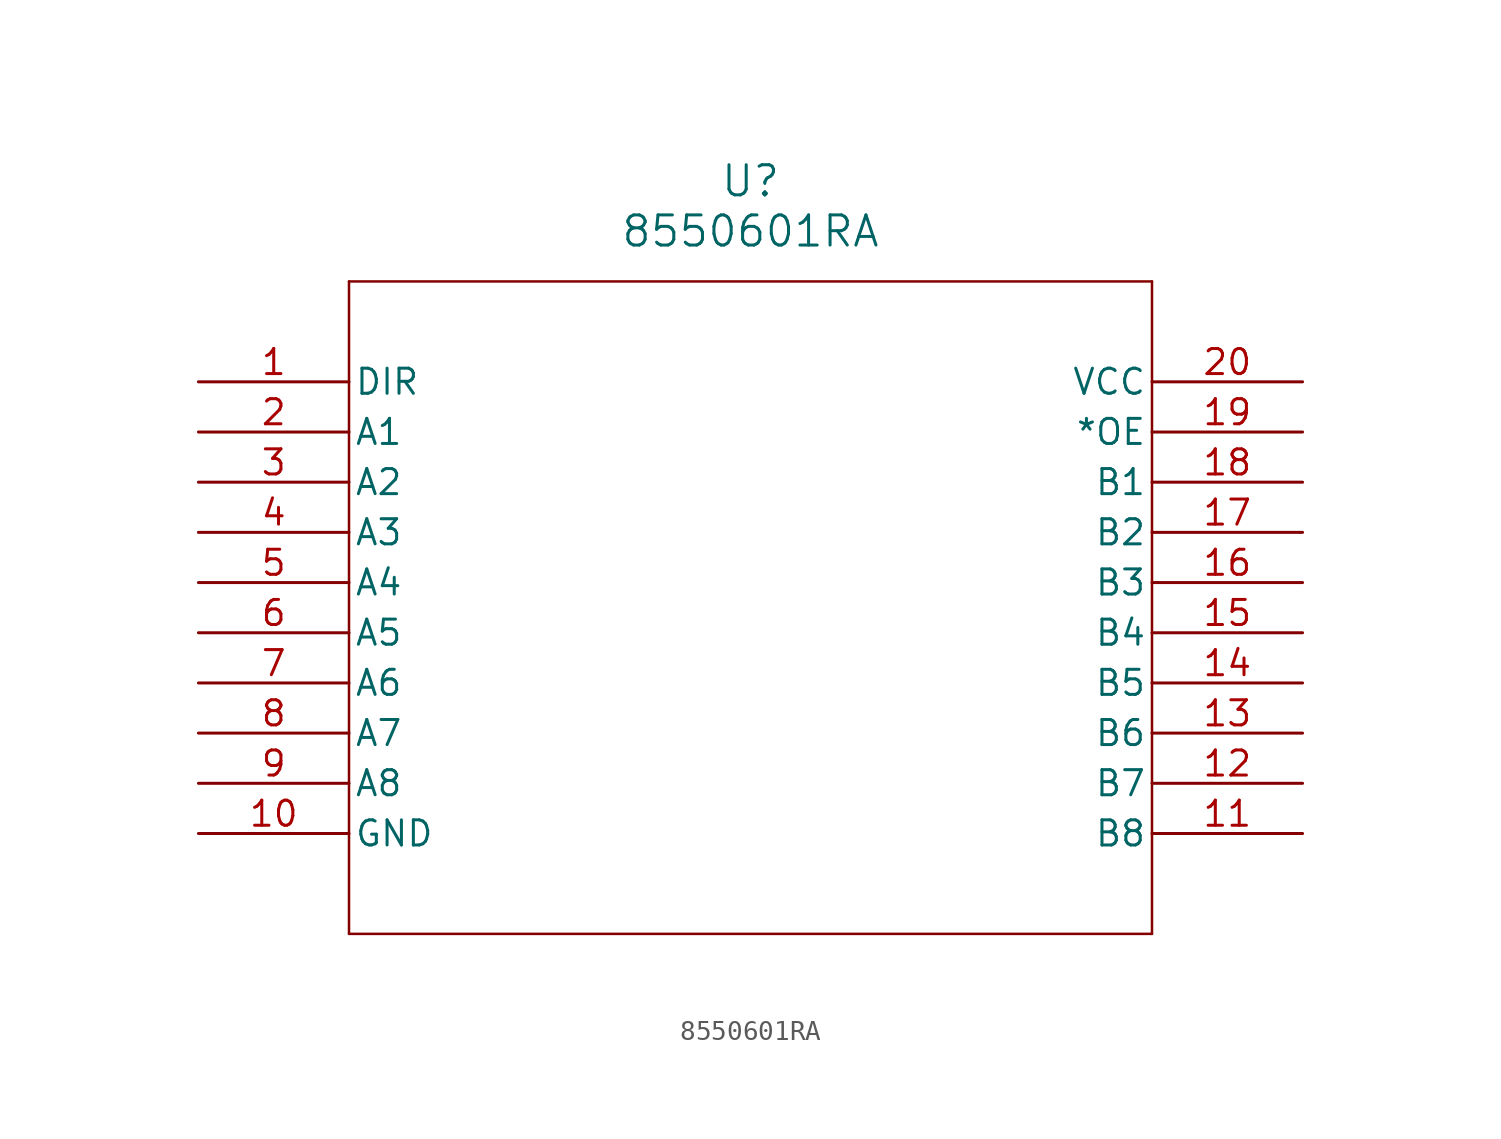
<source format=kicad_sym>
(kicad_symbol_lib
  (version 20211014)
  (generator kicad_symbol_editor)
  (symbol "8550601RA"
    (pin_names
      (offset 0.254))
    (property "Reference" "U"
      (at 27.94 10.16 0)
      (effects (font (size 1.524 1.524))))
    (property "Value" "8550601RA"
      (at 27.94 7.62 0)
      (effects (font (size 1.524 1.524))))
    (symbol "8550601RA_0_1"
      (polyline (pts (xy 7.62 5.08) (xy 7.62 -27.94)) (stroke (width 0.127) (type default) (color 0 0 0 0)) (fill (type none)))
      (polyline (pts (xy 7.62 -27.94) (xy 48.26 -27.94)) (stroke (width 0.127) (type default) (color 0 0 0 0)) (fill (type none)))
      (polyline (pts (xy 48.26 -27.94) (xy 48.26 5.08)) (stroke (width 0.127) (type default) (color 0 0 0 0)) (fill (type none)))
      (polyline (pts (xy 48.26 5.08) (xy 7.62 5.08)) (stroke (width 0.127) (type default) (color 0 0 0 0)) (fill (type none)))
      (pin input line (at 0 0 0) (length 7.62) (name "DIR" (effects (font (size 1.27 1.27)))) (number "1" (effects (font (size 1.27 1.27)))))
      (pin bidirectional line (at 0 -2.54 0) (length 7.62) (name "A1" (effects (font (size 1.27 1.27)))) (number "2" (effects (font (size 1.27 1.27)))))
      (pin bidirectional line (at 0 -5.08 0) (length 7.62) (name "A2" (effects (font (size 1.27 1.27)))) (number "3" (effects (font (size 1.27 1.27)))))
      (pin bidirectional line (at 0 -7.62 0) (length 7.62) (name "A3" (effects (font (size 1.27 1.27)))) (number "4" (effects (font (size 1.27 1.27)))))
      (pin bidirectional line (at 0 -10.16 0) (length 7.62) (name "A4" (effects (font (size 1.27 1.27)))) (number "5" (effects (font (size 1.27 1.27)))))
      (pin bidirectional line (at 0 -12.7 0) (length 7.62) (name "A5" (effects (font (size 1.27 1.27)))) (number "6" (effects (font (size 1.27 1.27)))))
      (pin bidirectional line (at 0 -15.24 0) (length 7.62) (name "A6" (effects (font (size 1.27 1.27)))) (number "7" (effects (font (size 1.27 1.27)))))
      (pin bidirectional line (at 0 -17.78 0) (length 7.62) (name "A7" (effects (font (size 1.27 1.27)))) (number "8" (effects (font (size 1.27 1.27)))))
      (pin bidirectional line (at 0 -20.32 0) (length 7.62) (name "A8" (effects (font (size 1.27 1.27)))) (number "9" (effects (font (size 1.27 1.27)))))
      (pin power_in line (at 0 -22.86 0) (length 7.62) (name "GND" (effects (font (size 1.27 1.27)))) (number "10" (effects (font (size 1.27 1.27)))))
      (pin bidirectional line (at 55.88 -22.86 180) (length 7.62) (name "B8" (effects (font (size 1.27 1.27)))) (number "11" (effects (font (size 1.27 1.27)))))
      (pin bidirectional line (at 55.88 -20.32 180) (length 7.62) (name "B7" (effects (font (size 1.27 1.27)))) (number "12" (effects (font (size 1.27 1.27)))))
      (pin bidirectional line (at 55.88 -17.78 180) (length 7.62) (name "B6" (effects (font (size 1.27 1.27)))) (number "13" (effects (font (size 1.27 1.27)))))
      (pin bidirectional line (at 55.88 -15.24 180) (length 7.62) (name "B5" (effects (font (size 1.27 1.27)))) (number "14" (effects (font (size 1.27 1.27)))))
      (pin bidirectional line (at 55.88 -12.7 180) (length 7.62) (name "B4" (effects (font (size 1.27 1.27)))) (number "15" (effects (font (size 1.27 1.27)))))
      (pin bidirectional line (at 55.88 -10.16 180) (length 7.62) (name "B3" (effects (font (size 1.27 1.27)))) (number "16" (effects (font (size 1.27 1.27)))))
      (pin bidirectional line (at 55.88 -7.62 180) (length 7.62) (name "B2" (effects (font (size 1.27 1.27)))) (number "17" (effects (font (size 1.27 1.27)))))
      (pin bidirectional line (at 55.88 -5.08 180) (length 7.62) (name "B1" (effects (font (size 1.27 1.27)))) (number "18" (effects (font (size 1.27 1.27)))))
      (pin input line (at 55.88 -2.54 180) (length 7.62) (name "*OE" (effects (font (size 1.27 1.27)))) (number "19" (effects (font (size 1.27 1.27)))))
      (pin power_in line (at 55.88 0 180) (length 7.62) (name "VCC" (effects (font (size 1.27 1.27)))) (number "20" (effects (font (size 1.27 1.27))))))))
</source>
